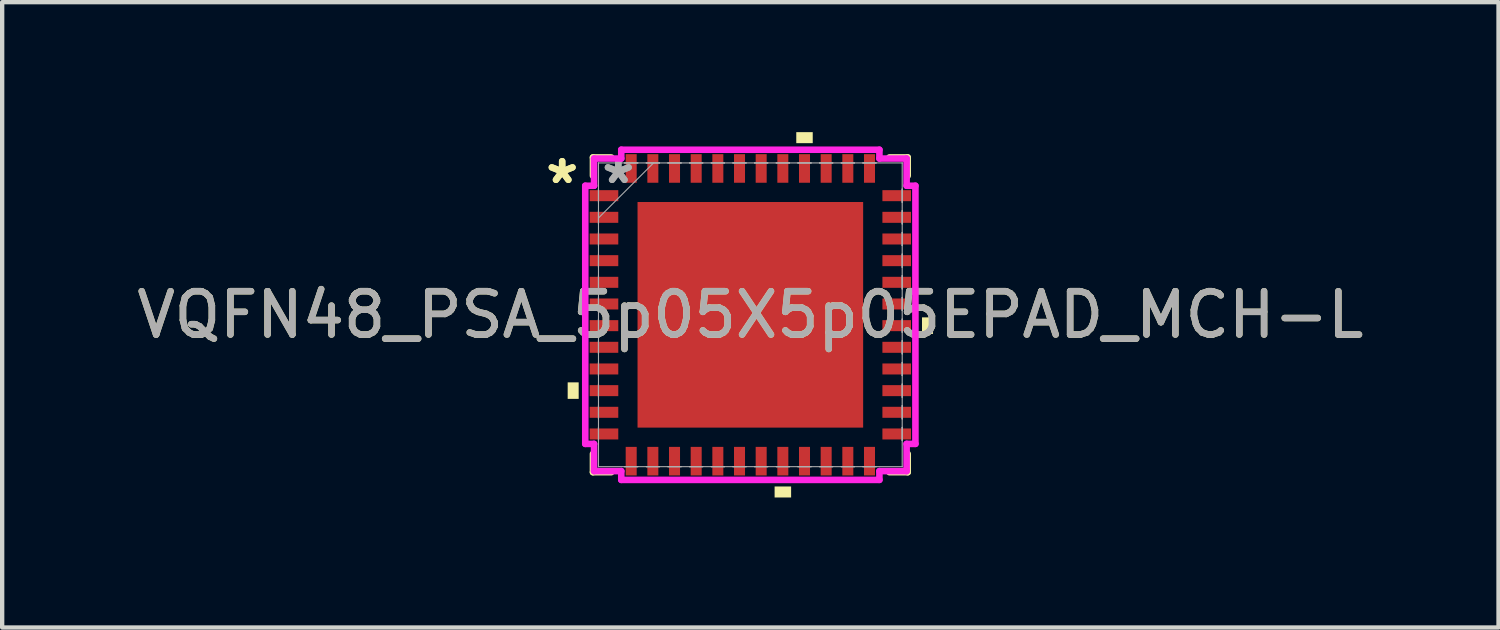
<source format=kicad_pcb>
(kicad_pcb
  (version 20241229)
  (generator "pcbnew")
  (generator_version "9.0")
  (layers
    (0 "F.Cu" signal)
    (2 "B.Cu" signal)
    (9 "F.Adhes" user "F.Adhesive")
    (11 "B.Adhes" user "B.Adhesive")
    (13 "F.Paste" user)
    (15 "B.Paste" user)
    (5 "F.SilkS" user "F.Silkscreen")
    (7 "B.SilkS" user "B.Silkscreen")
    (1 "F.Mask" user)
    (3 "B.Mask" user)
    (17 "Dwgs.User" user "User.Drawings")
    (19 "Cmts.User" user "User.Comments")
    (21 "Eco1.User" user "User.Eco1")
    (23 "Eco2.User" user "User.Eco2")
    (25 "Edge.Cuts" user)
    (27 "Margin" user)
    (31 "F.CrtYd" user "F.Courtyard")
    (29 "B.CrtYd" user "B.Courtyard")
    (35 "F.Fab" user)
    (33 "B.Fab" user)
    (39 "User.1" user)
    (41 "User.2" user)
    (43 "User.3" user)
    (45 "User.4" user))
  (footprint "VQFN48_PSA_5p05X5p05EPAD_MCH-L"
    (layer "F.Cu")
    (at 14.268 4.216)
    (property "Reference" "VQFN48_PSA_5p05X5p05EPAD_MCH-L" (at 0 0 0) (unlocked yes) (layer "F.SilkS") (effects (font (size 1 1) (thickness 0.15))))
    (attr smd)
    (fp_line (start -3.632 -3.632) (end -3.632 -3.21) (stroke (width 0.152) (type solid)) (layer "F.SilkS"))
    (fp_line (start -3.632 3.21) (end -3.632 3.632) (stroke (width 0.152) (type solid)) (layer "F.SilkS"))
    (fp_line (start -3.632 3.632) (end -3.21 3.632) (stroke (width 0.152) (type solid)) (layer "F.SilkS"))
    (fp_line (start -3.21 -3.632) (end -3.632 -3.632) (stroke (width 0.152) (type solid)) (layer "F.SilkS"))
    (fp_line (start 3.21 3.632) (end 3.632 3.632) (stroke (width 0.152) (type solid)) (layer "F.SilkS"))
    (fp_line (start 3.632 -3.632) (end 3.21 -3.632) (stroke (width 0.152) (type solid)) (layer "F.SilkS"))
    (fp_line (start 3.632 -3.21) (end 3.632 -3.632) (stroke (width 0.152) (type solid)) (layer "F.SilkS"))
    (fp_line (start 3.632 3.632) (end 3.632 3.21) (stroke (width 0.152) (type solid)) (layer "F.SilkS"))
    (fp_poly (pts (xy -4.216 1.559) (xy -4.216 1.94) (xy -3.962 1.94) (xy -3.962 1.559)) (stroke (width 0) (type solid)) (fill yes) (layer "F.SilkS"))
    (fp_poly (pts (xy 0.56 3.962) (xy 0.56 4.216) (xy 0.941 4.216) (xy 0.941 3.962)) (stroke (width 0) (type solid)) (fill yes) (layer "F.SilkS"))
    (fp_poly (pts (xy 1.06 -3.962) (xy 1.06 -4.216) (xy 1.44 -4.216) (xy 1.44 -3.962)) (stroke (width 0) (type solid)) (fill yes) (layer "F.SilkS"))
    (fp_poly (pts (xy 4.216 0.059) (xy 4.216 0.441) (xy 3.962 0.441) (xy 3.962 0.059)) (stroke (width 0) (type solid)) (fill yes) (layer "F.SilkS"))
    (fp_poly (pts (xy -2.503 -2.503) (xy -2.503 -1.402) (xy -1.402 -1.402) (xy -1.402 -2.503)) (stroke (width 0) (type solid)) (fill yes) (layer "F.Paste"))
    (fp_poly (pts (xy -2.503 -1.202) (xy -2.503 -0.1) (xy -1.402 -0.1) (xy -1.402 -1.202)) (stroke (width 0) (type solid)) (fill yes) (layer "F.Paste"))
    (fp_poly (pts (xy -2.503 0.1) (xy -2.503 1.202) (xy -1.402 1.202) (xy -1.402 0.1)) (stroke (width 0) (type solid)) (fill yes) (layer "F.Paste"))
    (fp_poly (pts (xy -2.503 1.402) (xy -2.503 2.503) (xy -1.402 2.503) (xy -1.402 1.402)) (stroke (width 0) (type solid)) (fill yes) (layer "F.Paste"))
    (fp_poly (pts (xy -1.202 -2.503) (xy -1.202 -1.402) (xy -0.1 -1.402) (xy -0.1 -2.503)) (stroke (width 0) (type solid)) (fill yes) (layer "F.Paste"))
    (fp_poly (pts (xy -1.202 -1.202) (xy -1.202 -0.1) (xy -0.1 -0.1) (xy -0.1 -1.202)) (stroke (width 0) (type solid)) (fill yes) (layer "F.Paste"))
    (fp_poly (pts (xy -1.202 0.1) (xy -1.202 1.202) (xy -0.1 1.202) (xy -0.1 0.1)) (stroke (width 0) (type solid)) (fill yes) (layer "F.Paste"))
    (fp_poly (pts (xy -1.202 1.402) (xy -1.202 2.503) (xy -0.1 2.503) (xy -0.1 1.402)) (stroke (width 0) (type solid)) (fill yes) (layer "F.Paste"))
    (fp_poly (pts (xy 0.1 -2.503) (xy 0.1 -1.402) (xy 1.202 -1.402) (xy 1.202 -2.503)) (stroke (width 0) (type solid)) (fill yes) (layer "F.Paste"))
    (fp_poly (pts (xy 0.1 -1.202) (xy 0.1 -0.1) (xy 1.202 -0.1) (xy 1.202 -1.202)) (stroke (width 0) (type solid)) (fill yes) (layer "F.Paste"))
    (fp_poly (pts (xy 0.1 0.1) (xy 0.1 1.202) (xy 1.202 1.202) (xy 1.202 0.1)) (stroke (width 0) (type solid)) (fill yes) (layer "F.Paste"))
    (fp_poly (pts (xy 0.1 1.402) (xy 0.1 2.503) (xy 1.202 2.503) (xy 1.202 1.402)) (stroke (width 0) (type solid)) (fill yes) (layer "F.Paste"))
    (fp_poly (pts (xy 1.402 -2.503) (xy 1.402 -1.402) (xy 2.503 -1.402) (xy 2.503 -2.503)) (stroke (width 0) (type solid)) (fill yes) (layer "F.Paste"))
    (fp_poly (pts (xy 1.402 -1.202) (xy 1.402 -0.1) (xy 2.503 -0.1) (xy 2.503 -1.202)) (stroke (width 0) (type solid)) (fill yes) (layer "F.Paste"))
    (fp_poly (pts (xy 1.402 0.1) (xy 1.402 1.202) (xy 2.503 1.202) (xy 2.503 0.1)) (stroke (width 0) (type solid)) (fill yes) (layer "F.Paste"))
    (fp_poly (pts (xy 1.402 1.402) (xy 1.402 2.503) (xy 2.503 2.503) (xy 2.503 1.402)) (stroke (width 0) (type solid)) (fill yes) (layer "F.Paste"))
    (fp_line (start -3.81 -2.979) (end -3.607 -2.979) (stroke (width 0.152) (type solid)) (layer "F.CrtYd"))
    (fp_line (start -3.81 2.979) (end -3.81 -2.979) (stroke (width 0.152) (type solid)) (layer "F.CrtYd"))
    (fp_line (start -3.607 -3.607) (end -2.979 -3.607) (stroke (width 0.152) (type solid)) (layer "F.CrtYd"))
    (fp_line (start -3.607 -2.979) (end -3.607 -3.607) (stroke (width 0.152) (type solid)) (layer "F.CrtYd"))
    (fp_line (start -3.607 2.979) (end -3.81 2.979) (stroke (width 0.152) (type solid)) (layer "F.CrtYd"))
    (fp_line (start -3.607 3.607) (end -3.607 2.979) (stroke (width 0.152) (type solid)) (layer "F.CrtYd"))
    (fp_line (start -2.979 -3.81) (end 2.979 -3.81) (stroke (width 0.152) (type solid)) (layer "F.CrtYd"))
    (fp_line (start -2.979 -3.607) (end -2.979 -3.81) (stroke (width 0.152) (type solid)) (layer "F.CrtYd"))
    (fp_line (start -2.979 3.607) (end -3.607 3.607) (stroke (width 0.152) (type solid)) (layer "F.CrtYd"))
    (fp_line (start -2.979 3.81) (end -2.979 3.607) (stroke (width 0.152) (type solid)) (layer "F.CrtYd"))
    (fp_line (start 2.979 -3.81) (end 2.979 -3.607) (stroke (width 0.152) (type solid)) (layer "F.CrtYd"))
    (fp_line (start 2.979 -3.607) (end 3.607 -3.607) (stroke (width 0.152) (type solid)) (layer "F.CrtYd"))
    (fp_line (start 2.979 3.607) (end 2.979 3.81) (stroke (width 0.152) (type solid)) (layer "F.CrtYd"))
    (fp_line (start 2.979 3.81) (end -2.979 3.81) (stroke (width 0.152) (type solid)) (layer "F.CrtYd"))
    (fp_line (start 3.607 -3.607) (end 3.607 -2.979) (stroke (width 0.152) (type solid)) (layer "F.CrtYd"))
    (fp_line (start 3.607 -2.979) (end 3.81 -2.979) (stroke (width 0.152) (type solid)) (layer "F.CrtYd"))
    (fp_line (start 3.607 2.979) (end 3.607 3.607) (stroke (width 0.152) (type solid)) (layer "F.CrtYd"))
    (fp_line (start 3.607 3.607) (end 2.979 3.607) (stroke (width 0.152) (type solid)) (layer "F.CrtYd"))
    (fp_line (start 3.81 -2.979) (end 3.81 2.979) (stroke (width 0.152) (type solid)) (layer "F.CrtYd"))
    (fp_line (start 3.81 2.979) (end 3.607 2.979) (stroke (width 0.152) (type solid)) (layer "F.CrtYd"))
    (fp_line (start -3.505 -3.505) (end -3.505 -3.505) (stroke (width 0.025) (type solid)) (layer "F.Fab"))
    (fp_line (start -3.505 -3.505) (end -3.505 3.505) (stroke (width 0.025) (type solid)) (layer "F.Fab"))
    (fp_line (start -3.505 -2.902) (end -3.505 -2.902) (stroke (width 0.025) (type solid)) (layer "F.Fab"))
    (fp_line (start -3.505 -2.902) (end -3.505 -2.598) (stroke (width 0.025) (type solid)) (layer "F.Fab"))
    (fp_line (start -3.505 -2.598) (end -3.505 -2.902) (stroke (width 0.025) (type solid)) (layer "F.Fab"))
    (fp_line (start -3.505 -2.598) (end -3.505 -2.598) (stroke (width 0.025) (type solid)) (layer "F.Fab"))
    (fp_line (start -3.505 -2.402) (end -3.505 -2.402) (stroke (width 0.025) (type solid)) (layer "F.Fab"))
    (fp_line (start -3.505 -2.402) (end -3.505 -2.098) (stroke (width 0.025) (type solid)) (layer "F.Fab"))
    (fp_line (start -3.505 -2.235) (end -2.235 -3.505) (stroke (width 0.025) (type solid)) (layer "F.Fab"))
    (fp_line (start -3.505 -2.098) (end -3.505 -2.402) (stroke (width 0.025) (type solid)) (layer "F.Fab"))
    (fp_line (start -3.505 -2.098) (end -3.505 -2.098) (stroke (width 0.025) (type solid)) (layer "F.Fab"))
    (fp_line (start -3.505 -1.902) (end -3.505 -1.902) (stroke (width 0.025) (type solid)) (layer "F.Fab"))
    (fp_line (start -3.505 -1.902) (end -3.505 -1.598) (stroke (width 0.025) (type solid)) (layer "F.Fab"))
    (fp_line (start -3.505 -1.598) (end -3.505 -1.902) (stroke (width 0.025) (type solid)) (layer "F.Fab"))
    (fp_line (start -3.505 -1.598) (end -3.505 -1.598) (stroke (width 0.025) (type solid)) (layer "F.Fab"))
    (fp_line (start -3.505 -1.402) (end -3.505 -1.402) (stroke (width 0.025) (type solid)) (layer "F.Fab"))
    (fp_line (start -3.505 -1.402) (end -3.505 -1.098) (stroke (width 0.025) (type solid)) (layer "F.Fab"))
    (fp_line (start -3.505 -1.098) (end -3.505 -1.402) (stroke (width 0.025) (type solid)) (layer "F.Fab"))
    (fp_line (start -3.505 -1.098) (end -3.505 -1.098) (stroke (width 0.025) (type solid)) (layer "F.Fab"))
    (fp_line (start -3.505 -0.902) (end -3.505 -0.902) (stroke (width 0.025) (type solid)) (layer "F.Fab"))
    (fp_line (start -3.505 -0.902) (end -3.505 -0.598) (stroke (width 0.025) (type solid)) (layer "F.Fab"))
    (fp_line (start -3.505 -0.598) (end -3.505 -0.902) (stroke (width 0.025) (type solid)) (layer "F.Fab"))
    (fp_line (start -3.505 -0.598) (end -3.505 -0.598) (stroke (width 0.025) (type solid)) (layer "F.Fab"))
    (fp_line (start -3.505 -0.402) (end -3.505 -0.402) (stroke (width 0.025) (type solid)) (layer "F.Fab"))
    (fp_line (start -3.505 -0.402) (end -3.505 -0.098) (stroke (width 0.025) (type solid)) (layer "F.Fab"))
    (fp_line (start -3.505 -0.098) (end -3.505 -0.402) (stroke (width 0.025) (type solid)) (layer "F.Fab"))
    (fp_line (start -3.505 -0.098) (end -3.505 -0.098) (stroke (width 0.025) (type solid)) (layer "F.Fab"))
    (fp_line (start -3.505 0.098) (end -3.505 0.098) (stroke (width 0.025) (type solid)) (layer "F.Fab"))
    (fp_line (start -3.505 0.098) (end -3.505 0.402) (stroke (width 0.025) (type solid)) (layer "F.Fab"))
    (fp_line (start -3.505 0.402) (end -3.505 0.098) (stroke (width 0.025) (type solid)) (layer "F.Fab"))
    (fp_line (start -3.505 0.402) (end -3.505 0.402) (stroke (width 0.025) (type solid)) (layer "F.Fab"))
    (fp_line (start -3.505 0.598) (end -3.505 0.598) (stroke (width 0.025) (type solid)) (layer "F.Fab"))
    (fp_line (start -3.505 0.598) (end -3.505 0.902) (stroke (width 0.025) (type solid)) (layer "F.Fab"))
    (fp_line (start -3.505 0.902) (end -3.505 0.598) (stroke (width 0.025) (type solid)) (layer "F.Fab"))
    (fp_line (start -3.505 0.902) (end -3.505 0.902) (stroke (width 0.025) (type solid)) (layer "F.Fab"))
    (fp_line (start -3.505 1.098) (end -3.505 1.098) (stroke (width 0.025) (type solid)) (layer "F.Fab"))
    (fp_line (start -3.505 1.098) (end -3.505 1.402) (stroke (width 0.025) (type solid)) (layer "F.Fab"))
    (fp_line (start -3.505 1.402) (end -3.505 1.098) (stroke (width 0.025) (type solid)) (layer "F.Fab"))
    (fp_line (start -3.505 1.402) (end -3.505 1.402) (stroke (width 0.025) (type solid)) (layer "F.Fab"))
    (fp_line (start -3.505 1.598) (end -3.505 1.598) (stroke (width 0.025) (type solid)) (layer "F.Fab"))
    (fp_line (start -3.505 1.598) (end -3.505 1.902) (stroke (width 0.025) (type solid)) (layer "F.Fab"))
    (fp_line (start -3.505 1.902) (end -3.505 1.598) (stroke (width 0.025) (type solid)) (layer "F.Fab"))
    (fp_line (start -3.505 1.902) (end -3.505 1.902) (stroke (width 0.025) (type solid)) (layer "F.Fab"))
    (fp_line (start -3.505 2.098) (end -3.505 2.098) (stroke (width 0.025) (type solid)) (layer "F.Fab"))
    (fp_line (start -3.505 2.098) (end -3.505 2.402) (stroke (width 0.025) (type solid)) (layer "F.Fab"))
    (fp_line (start -3.505 2.402) (end -3.505 2.098) (stroke (width 0.025) (type solid)) (layer "F.Fab"))
    (fp_line (start -3.505 2.402) (end -3.505 2.402) (stroke (width 0.025) (type solid)) (layer "F.Fab"))
    (fp_line (start -3.505 2.598) (end -3.505 2.598) (stroke (width 0.025) (type solid)) (layer "F.Fab"))
    (fp_line (start -3.505 2.598) (end -3.505 2.902) (stroke (width 0.025) (type solid)) (layer "F.Fab"))
    (fp_line (start -3.505 2.902) (end -3.505 2.598) (stroke (width 0.025) (type solid)) (layer "F.Fab"))
    (fp_line (start -3.505 2.902) (end -3.505 2.902) (stroke (width 0.025) (type solid)) (layer "F.Fab"))
    (fp_line (start -3.505 3.505) (end -3.505 3.505) (stroke (width 0.025) (type solid)) (layer "F.Fab"))
    (fp_line (start -3.505 3.505) (end 3.505 3.505) (stroke (width 0.025) (type solid)) (layer "F.Fab"))
    (fp_line (start -2.902 -3.505) (end -2.902 -3.505) (stroke (width 0.025) (type solid)) (layer "F.Fab"))
    (fp_line (start -2.902 -3.505) (end -2.598 -3.505) (stroke (width 0.025) (type solid)) (layer "F.Fab"))
    (fp_line (start -2.902 3.505) (end -2.902 3.505) (stroke (width 0.025) (type solid)) (layer "F.Fab"))
    (fp_line (start -2.902 3.505) (end -2.598 3.505) (stroke (width 0.025) (type solid)) (layer "F.Fab"))
    (fp_line (start -2.598 -3.505) (end -2.902 -3.505) (stroke (width 0.025) (type solid)) (layer "F.Fab"))
    (fp_line (start -2.598 -3.505) (end -2.598 -3.505) (stroke (width 0.025) (type solid)) (layer "F.Fab"))
    (fp_line (start -2.598 3.505) (end -2.902 3.505) (stroke (width 0.025) (type solid)) (layer "F.Fab"))
    (fp_line (start -2.598 3.505) (end -2.598 3.505) (stroke (width 0.025) (type solid)) (layer "F.Fab"))
    (fp_line (start -2.402 -3.505) (end -2.402 -3.505) (stroke (width 0.025) (type solid)) (layer "F.Fab"))
    (fp_line (start -2.402 -3.505) (end -2.098 -3.505) (stroke (width 0.025) (type solid)) (layer "F.Fab"))
    (fp_line (start -2.402 3.505) (end -2.402 3.505) (stroke (width 0.025) (type solid)) (layer "F.Fab"))
    (fp_line (start -2.402 3.505) (end -2.098 3.505) (stroke (width 0.025) (type solid)) (layer "F.Fab"))
    (fp_line (start -2.098 -3.505) (end -2.402 -3.505) (stroke (width 0.025) (type solid)) (layer "F.Fab"))
    (fp_line (start -2.098 -3.505) (end -2.098 -3.505) (stroke (width 0.025) (type solid)) (layer "F.Fab"))
    (fp_line (start -2.098 3.505) (end -2.402 3.505) (stroke (width 0.025) (type solid)) (layer "F.Fab"))
    (fp_line (start -2.098 3.505) (end -2.098 3.505) (stroke (width 0.025) (type solid)) (layer "F.Fab"))
    (fp_line (start -1.902 -3.505) (end -1.902 -3.505) (stroke (width 0.025) (type solid)) (layer "F.Fab"))
    (fp_line (start -1.902 -3.505) (end -1.598 -3.505) (stroke (width 0.025) (type solid)) (layer "F.Fab"))
    (fp_line (start -1.902 3.505) (end -1.902 3.505) (stroke (width 0.025) (type solid)) (layer "F.Fab"))
    (fp_line (start -1.902 3.505) (end -1.598 3.505) (stroke (width 0.025) (type solid)) (layer "F.Fab"))
    (fp_line (start -1.598 -3.505) (end -1.902 -3.505) (stroke (width 0.025) (type solid)) (layer "F.Fab"))
    (fp_line (start -1.598 -3.505) (end -1.598 -3.505) (stroke (width 0.025) (type solid)) (layer "F.Fab"))
    (fp_line (start -1.598 3.505) (end -1.902 3.505) (stroke (width 0.025) (type solid)) (layer "F.Fab"))
    (fp_line (start -1.598 3.505) (end -1.598 3.505) (stroke (width 0.025) (type solid)) (layer "F.Fab"))
    (fp_line (start -1.402 -3.505) (end -1.402 -3.505) (stroke (width 0.025) (type solid)) (layer "F.Fab"))
    (fp_line (start -1.402 -3.505) (end -1.098 -3.505) (stroke (width 0.025) (type solid)) (layer "F.Fab"))
    (fp_line (start -1.402 3.505) (end -1.402 3.505) (stroke (width 0.025) (type solid)) (layer "F.Fab"))
    (fp_line (start -1.402 3.505) (end -1.098 3.505) (stroke (width 0.025) (type solid)) (layer "F.Fab"))
    (fp_line (start -1.098 -3.505) (end -1.402 -3.505) (stroke (width 0.025) (type solid)) (layer "F.Fab"))
    (fp_line (start -1.098 -3.505) (end -1.098 -3.505) (stroke (width 0.025) (type solid)) (layer "F.Fab"))
    (fp_line (start -1.098 3.505) (end -1.402 3.505) (stroke (width 0.025) (type solid)) (layer "F.Fab"))
    (fp_line (start -1.098 3.505) (end -1.098 3.505) (stroke (width 0.025) (type solid)) (layer "F.Fab"))
    (fp_line (start -0.902 -3.505) (end -0.902 -3.505) (stroke (width 0.025) (type solid)) (layer "F.Fab"))
    (fp_line (start -0.902 -3.505) (end -0.598 -3.505) (stroke (width 0.025) (type solid)) (layer "F.Fab"))
    (fp_line (start -0.902 3.505) (end -0.902 3.505) (stroke (width 0.025) (type solid)) (layer "F.Fab"))
    (fp_line (start -0.902 3.505) (end -0.598 3.505) (stroke (width 0.025) (type solid)) (layer "F.Fab"))
    (fp_line (start -0.598 -3.505) (end -0.902 -3.505) (stroke (width 0.025) (type solid)) (layer "F.Fab"))
    (fp_line (start -0.598 -3.505) (end -0.598 -3.505) (stroke (width 0.025) (type solid)) (layer "F.Fab"))
    (fp_line (start -0.598 3.505) (end -0.902 3.505) (stroke (width 0.025) (type solid)) (layer "F.Fab"))
    (fp_line (start -0.598 3.505) (end -0.598 3.505) (stroke (width 0.025) (type solid)) (layer "F.Fab"))
    (fp_line (start -0.402 -3.505) (end -0.402 -3.505) (stroke (width 0.025) (type solid)) (layer "F.Fab"))
    (fp_line (start -0.402 -3.505) (end -0.098 -3.505) (stroke (width 0.025) (type solid)) (layer "F.Fab"))
    (fp_line (start -0.402 3.505) (end -0.402 3.505) (stroke (width 0.025) (type solid)) (layer "F.Fab"))
    (fp_line (start -0.402 3.505) (end -0.098 3.505) (stroke (width 0.025) (type solid)) (layer "F.Fab"))
    (fp_line (start -0.098 -3.505) (end -0.402 -3.505) (stroke (width 0.025) (type solid)) (layer "F.Fab"))
    (fp_line (start -0.098 -3.505) (end -0.098 -3.505) (stroke (width 0.025) (type solid)) (layer "F.Fab"))
    (fp_line (start -0.098 3.505) (end -0.402 3.505) (stroke (width 0.025) (type solid)) (layer "F.Fab"))
    (fp_line (start -0.098 3.505) (end -0.098 3.505) (stroke (width 0.025) (type solid)) (layer "F.Fab"))
    (fp_line (start 0.098 -3.505) (end 0.098 -3.505) (stroke (width 0.025) (type solid)) (layer "F.Fab"))
    (fp_line (start 0.098 -3.505) (end 0.402 -3.505) (stroke (width 0.025) (type solid)) (layer "F.Fab"))
    (fp_line (start 0.098 3.505) (end 0.098 3.505) (stroke (width 0.025) (type solid)) (layer "F.Fab"))
    (fp_line (start 0.098 3.505) (end 0.402 3.505) (stroke (width 0.025) (type solid)) (layer "F.Fab"))
    (fp_line (start 0.402 -3.505) (end 0.098 -3.505) (stroke (width 0.025) (type solid)) (layer "F.Fab"))
    (fp_line (start 0.402 -3.505) (end 0.402 -3.505) (stroke (width 0.025) (type solid)) (layer "F.Fab"))
    (fp_line (start 0.402 3.505) (end 0.098 3.505) (stroke (width 0.025) (type solid)) (layer "F.Fab"))
    (fp_line (start 0.402 3.505) (end 0.402 3.505) (stroke (width 0.025) (type solid)) (layer "F.Fab"))
    (fp_line (start 0.598 -3.505) (end 0.598 -3.505) (stroke (width 0.025) (type solid)) (layer "F.Fab"))
    (fp_line (start 0.598 -3.505) (end 0.902 -3.505) (stroke (width 0.025) (type solid)) (layer "F.Fab"))
    (fp_line (start 0.598 3.505) (end 0.598 3.505) (stroke (width 0.025) (type solid)) (layer "F.Fab"))
    (fp_line (start 0.598 3.505) (end 0.902 3.505) (stroke (width 0.025) (type solid)) (layer "F.Fab"))
    (fp_line (start 0.902 -3.505) (end 0.598 -3.505) (stroke (width 0.025) (type solid)) (layer "F.Fab"))
    (fp_line (start 0.902 -3.505) (end 0.902 -3.505) (stroke (width 0.025) (type solid)) (layer "F.Fab"))
    (fp_line (start 0.902 3.505) (end 0.598 3.505) (stroke (width 0.025) (type solid)) (layer "F.Fab"))
    (fp_line (start 0.902 3.505) (end 0.902 3.505) (stroke (width 0.025) (type solid)) (layer "F.Fab"))
    (fp_line (start 1.098 -3.505) (end 1.098 -3.505) (stroke (width 0.025) (type solid)) (layer "F.Fab"))
    (fp_line (start 1.098 -3.505) (end 1.402 -3.505) (stroke (width 0.025) (type solid)) (layer "F.Fab"))
    (fp_line (start 1.098 3.505) (end 1.098 3.505) (stroke (width 0.025) (type solid)) (layer "F.Fab"))
    (fp_line (start 1.098 3.505) (end 1.402 3.505) (stroke (width 0.025) (type solid)) (layer "F.Fab"))
    (fp_line (start 1.402 -3.505) (end 1.098 -3.505) (stroke (width 0.025) (type solid)) (layer "F.Fab"))
    (fp_line (start 1.402 -3.505) (end 1.402 -3.505) (stroke (width 0.025) (type solid)) (layer "F.Fab"))
    (fp_line (start 1.402 3.505) (end 1.098 3.505) (stroke (width 0.025) (type solid)) (layer "F.Fab"))
    (fp_line (start 1.402 3.505) (end 1.402 3.505) (stroke (width 0.025) (type solid)) (layer "F.Fab"))
    (fp_line (start 1.598 -3.505) (end 1.598 -3.505) (stroke (width 0.025) (type solid)) (layer "F.Fab"))
    (fp_line (start 1.598 -3.505) (end 1.902 -3.505) (stroke (width 0.025) (type solid)) (layer "F.Fab"))
    (fp_line (start 1.598 3.505) (end 1.598 3.505) (stroke (width 0.025) (type solid)) (layer "F.Fab"))
    (fp_line (start 1.598 3.505) (end 1.902 3.505) (stroke (width 0.025) (type solid)) (layer "F.Fab"))
    (fp_line (start 1.902 -3.505) (end 1.598 -3.505) (stroke (width 0.025) (type solid)) (layer "F.Fab"))
    (fp_line (start 1.902 -3.505) (end 1.902 -3.505) (stroke (width 0.025) (type solid)) (layer "F.Fab"))
    (fp_line (start 1.902 3.505) (end 1.598 3.505) (stroke (width 0.025) (type solid)) (layer "F.Fab"))
    (fp_line (start 1.902 3.505) (end 1.902 3.505) (stroke (width 0.025) (type solid)) (layer "F.Fab"))
    (fp_line (start 2.098 -3.505) (end 2.098 -3.505) (stroke (width 0.025) (type solid)) (layer "F.Fab"))
    (fp_line (start 2.098 -3.505) (end 2.402 -3.505) (stroke (width 0.025) (type solid)) (layer "F.Fab"))
    (fp_line (start 2.098 3.505) (end 2.098 3.505) (stroke (width 0.025) (type solid)) (layer "F.Fab"))
    (fp_line (start 2.098 3.505) (end 2.402 3.505) (stroke (width 0.025) (type solid)) (layer "F.Fab"))
    (fp_line (start 2.402 -3.505) (end 2.098 -3.505) (stroke (width 0.025) (type solid)) (layer "F.Fab"))
    (fp_line (start 2.402 -3.505) (end 2.402 -3.505) (stroke (width 0.025) (type solid)) (layer "F.Fab"))
    (fp_line (start 2.402 3.505) (end 2.098 3.505) (stroke (width 0.025) (type solid)) (layer "F.Fab"))
    (fp_line (start 2.402 3.505) (end 2.402 3.505) (stroke (width 0.025) (type solid)) (layer "F.Fab"))
    (fp_line (start 2.598 -3.505) (end 2.598 -3.505) (stroke (width 0.025) (type solid)) (layer "F.Fab"))
    (fp_line (start 2.598 -3.505) (end 2.902 -3.505) (stroke (width 0.025) (type solid)) (layer "F.Fab"))
    (fp_line (start 2.598 3.505) (end 2.598 3.505) (stroke (width 0.025) (type solid)) (layer "F.Fab"))
    (fp_line (start 2.598 3.505) (end 2.902 3.505) (stroke (width 0.025) (type solid)) (layer "F.Fab"))
    (fp_line (start 2.902 -3.505) (end 2.598 -3.505) (stroke (width 0.025) (type solid)) (layer "F.Fab"))
    (fp_line (start 2.902 -3.505) (end 2.902 -3.505) (stroke (width 0.025) (type solid)) (layer "F.Fab"))
    (fp_line (start 2.902 3.505) (end 2.598 3.505) (stroke (width 0.025) (type solid)) (layer "F.Fab"))
    (fp_line (start 2.902 3.505) (end 2.902 3.505) (stroke (width 0.025) (type solid)) (layer "F.Fab"))
    (fp_line (start 3.505 -3.505) (end -3.505 -3.505) (stroke (width 0.025) (type solid)) (layer "F.Fab"))
    (fp_line (start 3.505 -3.505) (end 3.505 -3.505) (stroke (width 0.025) (type solid)) (layer "F.Fab"))
    (fp_line (start 3.505 -2.902) (end 3.505 -2.902) (stroke (width 0.025) (type solid)) (layer "F.Fab"))
    (fp_line (start 3.505 -2.902) (end 3.505 -2.598) (stroke (width 0.025) (type solid)) (layer "F.Fab"))
    (fp_line (start 3.505 -2.598) (end 3.505 -2.902) (stroke (width 0.025) (type solid)) (layer "F.Fab"))
    (fp_line (start 3.505 -2.598) (end 3.505 -2.598) (stroke (width 0.025) (type solid)) (layer "F.Fab"))
    (fp_line (start 3.505 -2.402) (end 3.505 -2.402) (stroke (width 0.025) (type solid)) (layer "F.Fab"))
    (fp_line (start 3.505 -2.402) (end 3.505 -2.098) (stroke (width 0.025) (type solid)) (layer "F.Fab"))
    (fp_line (start 3.505 -2.098) (end 3.505 -2.402) (stroke (width 0.025) (type solid)) (layer "F.Fab"))
    (fp_line (start 3.505 -2.098) (end 3.505 -2.098) (stroke (width 0.025) (type solid)) (layer "F.Fab"))
    (fp_line (start 3.505 -1.902) (end 3.505 -1.902) (stroke (width 0.025) (type solid)) (layer "F.Fab"))
    (fp_line (start 3.505 -1.902) (end 3.505 -1.598) (stroke (width 0.025) (type solid)) (layer "F.Fab"))
    (fp_line (start 3.505 -1.598) (end 3.505 -1.902) (stroke (width 0.025) (type solid)) (layer "F.Fab"))
    (fp_line (start 3.505 -1.598) (end 3.505 -1.598) (stroke (width 0.025) (type solid)) (layer "F.Fab"))
    (fp_line (start 3.505 -1.402) (end 3.505 -1.402) (stroke (width 0.025) (type solid)) (layer "F.Fab"))
    (fp_line (start 3.505 -1.402) (end 3.505 -1.098) (stroke (width 0.025) (type solid)) (layer "F.Fab"))
    (fp_line (start 3.505 -1.098) (end 3.505 -1.402) (stroke (width 0.025) (type solid)) (layer "F.Fab"))
    (fp_line (start 3.505 -1.098) (end 3.505 -1.098) (stroke (width 0.025) (type solid)) (layer "F.Fab"))
    (fp_line (start 3.505 -0.902) (end 3.505 -0.902) (stroke (width 0.025) (type solid)) (layer "F.Fab"))
    (fp_line (start 3.505 -0.902) (end 3.505 -0.598) (stroke (width 0.025) (type solid)) (layer "F.Fab"))
    (fp_line (start 3.505 -0.598) (end 3.505 -0.902) (stroke (width 0.025) (type solid)) (layer "F.Fab"))
    (fp_line (start 3.505 -0.598) (end 3.505 -0.598) (stroke (width 0.025) (type solid)) (layer "F.Fab"))
    (fp_line (start 3.505 -0.402) (end 3.505 -0.402) (stroke (width 0.025) (type solid)) (layer "F.Fab"))
    (fp_line (start 3.505 -0.402) (end 3.505 -0.098) (stroke (width 0.025) (type solid)) (layer "F.Fab"))
    (fp_line (start 3.505 -0.098) (end 3.505 -0.402) (stroke (width 0.025) (type solid)) (layer "F.Fab"))
    (fp_line (start 3.505 -0.098) (end 3.505 -0.098) (stroke (width 0.025) (type solid)) (layer "F.Fab"))
    (fp_line (start 3.505 0.098) (end 3.505 0.098) (stroke (width 0.025) (type solid)) (layer "F.Fab"))
    (fp_line (start 3.505 0.098) (end 3.505 0.402) (stroke (width 0.025) (type solid)) (layer "F.Fab"))
    (fp_line (start 3.505 0.402) (end 3.505 0.098) (stroke (width 0.025) (type solid)) (layer "F.Fab"))
    (fp_line (start 3.505 0.402) (end 3.505 0.402) (stroke (width 0.025) (type solid)) (layer "F.Fab"))
    (fp_line (start 3.505 0.598) (end 3.505 0.598) (stroke (width 0.025) (type solid)) (layer "F.Fab"))
    (fp_line (start 3.505 0.598) (end 3.505 0.902) (stroke (width 0.025) (type solid)) (layer "F.Fab"))
    (fp_line (start 3.505 0.902) (end 3.505 0.598) (stroke (width 0.025) (type solid)) (layer "F.Fab"))
    (fp_line (start 3.505 0.902) (end 3.505 0.902) (stroke (width 0.025) (type solid)) (layer "F.Fab"))
    (fp_line (start 3.505 1.098) (end 3.505 1.098) (stroke (width 0.025) (type solid)) (layer "F.Fab"))
    (fp_line (start 3.505 1.098) (end 3.505 1.402) (stroke (width 0.025) (type solid)) (layer "F.Fab"))
    (fp_line (start 3.505 1.402) (end 3.505 1.098) (stroke (width 0.025) (type solid)) (layer "F.Fab"))
    (fp_line (start 3.505 1.402) (end 3.505 1.402) (stroke (width 0.025) (type solid)) (layer "F.Fab"))
    (fp_line (start 3.505 1.598) (end 3.505 1.598) (stroke (width 0.025) (type solid)) (layer "F.Fab"))
    (fp_line (start 3.505 1.598) (end 3.505 1.902) (stroke (width 0.025) (type solid)) (layer "F.Fab"))
    (fp_line (start 3.505 1.902) (end 3.505 1.598) (stroke (width 0.025) (type solid)) (layer "F.Fab"))
    (fp_line (start 3.505 1.902) (end 3.505 1.902) (stroke (width 0.025) (type solid)) (layer "F.Fab"))
    (fp_line (start 3.505 2.098) (end 3.505 2.098) (stroke (width 0.025) (type solid)) (layer "F.Fab"))
    (fp_line (start 3.505 2.098) (end 3.505 2.402) (stroke (width 0.025) (type solid)) (layer "F.Fab"))
    (fp_line (start 3.505 2.402) (end 3.505 2.098) (stroke (width 0.025) (type solid)) (layer "F.Fab"))
    (fp_line (start 3.505 2.402) (end 3.505 2.402) (stroke (width 0.025) (type solid)) (layer "F.Fab"))
    (fp_line (start 3.505 2.598) (end 3.505 2.598) (stroke (width 0.025) (type solid)) (layer "F.Fab"))
    (fp_line (start 3.505 2.598) (end 3.505 2.902) (stroke (width 0.025) (type solid)) (layer "F.Fab"))
    (fp_line (start 3.505 2.902) (end 3.505 2.598) (stroke (width 0.025) (type solid)) (layer "F.Fab"))
    (fp_line (start 3.505 2.902) (end 3.505 2.902) (stroke (width 0.025) (type solid)) (layer "F.Fab"))
    (fp_line (start 3.505 3.505) (end 3.505 -3.505) (stroke (width 0.025) (type solid)) (layer "F.Fab"))
    (fp_line (start 3.505 3.505) (end 3.505 3.505) (stroke (width 0.025) (type solid)) (layer "F.Fab"))
    (fp_text user "*" (at -4.343 -3 0) (layer "F.SilkS") (effects (font (size 1 1) (thickness 0.15))))
    (fp_text user "*" (at -4.343 -3 0) (unlocked yes) (layer "F.SilkS") (effects (font (size 1 1) (thickness 0.15))))
    (fp_text user "*" (at -3.048 -3 0) (unlocked yes) (layer "F.Fab") (effects (font (size 1 1) (thickness 0.15))))
    (fp_text user "${REFERENCE}" (at 0 0 0) (unlocked yes) (layer "F.Fab") (effects (font (size 1 1) (thickness 0.15))))
    (fp_text user "*" (at -3.048 -3 0) (layer "F.Fab") (effects (font (size 1 1) (thickness 0.15))))
    (pad "1" smd rect (at -3.378 -2.75 90) (size 0.254 0.66) (layers "F.Cu" "F.Mask" "F.Paste"))
    (pad "2" smd rect (at -3.378 -2.25 90) (size 0.254 0.66) (layers "F.Cu" "F.Mask" "F.Paste"))
    (pad "3" smd rect (at -3.378 -1.75 90) (size 0.254 0.66) (layers "F.Cu" "F.Mask" "F.Paste"))
    (pad "4" smd rect (at -3.378 -1.25 90) (size 0.254 0.66) (layers "F.Cu" "F.Mask" "F.Paste"))
    (pad "5" smd rect (at -3.378 -0.75 90) (size 0.254 0.66) (layers "F.Cu" "F.Mask" "F.Paste"))
    (pad "6" smd rect (at -3.378 -0.25 90) (size 0.254 0.66) (layers "F.Cu" "F.Mask" "F.Paste"))
    (pad "7" smd rect (at -3.378 0.25 90) (size 0.254 0.66) (layers "F.Cu" "F.Mask" "F.Paste"))
    (pad "8" smd rect (at -3.378 0.75 90) (size 0.254 0.66) (layers "F.Cu" "F.Mask" "F.Paste"))
    (pad "9" smd rect (at -3.378 1.25 90) (size 0.254 0.66) (layers "F.Cu" "F.Mask" "F.Paste"))
    (pad "10" smd rect (at -3.378 1.75 90) (size 0.254 0.66) (layers "F.Cu" "F.Mask" "F.Paste"))
    (pad "11" smd rect (at -3.378 2.25 90) (size 0.254 0.66) (layers "F.Cu" "F.Mask" "F.Paste"))
    (pad "12" smd rect (at -3.378 2.75 90) (size 0.254 0.66) (layers "F.Cu" "F.Mask" "F.Paste"))
    (pad "13" smd rect (at -2.75 3.378) (size 0.254 0.66) (layers "F.Cu" "F.Mask" "F.Paste"))
    (pad "14" smd rect (at -2.25 3.378) (size 0.254 0.66) (layers "F.Cu" "F.Mask" "F.Paste"))
    (pad "15" smd rect (at -1.75 3.378) (size 0.254 0.66) (layers "F.Cu" "F.Mask" "F.Paste"))
    (pad "16" smd rect (at -1.25 3.378) (size 0.254 0.66) (layers "F.Cu" "F.Mask" "F.Paste"))
    (pad "17" smd rect (at -0.75 3.378) (size 0.254 0.66) (layers "F.Cu" "F.Mask" "F.Paste"))
    (pad "18" smd rect (at -0.25 3.378) (size 0.254 0.66) (layers "F.Cu" "F.Mask" "F.Paste"))
    (pad "19" smd rect (at 0.25 3.378) (size 0.254 0.66) (layers "F.Cu" "F.Mask" "F.Paste"))
    (pad "20" smd rect (at 0.75 3.378) (size 0.254 0.66) (layers "F.Cu" "F.Mask" "F.Paste"))
    (pad "21" smd rect (at 1.25 3.378) (size 0.254 0.66) (layers "F.Cu" "F.Mask" "F.Paste"))
    (pad "22" smd rect (at 1.75 3.378) (size 0.254 0.66) (layers "F.Cu" "F.Mask" "F.Paste"))
    (pad "23" smd rect (at 2.25 3.378) (size 0.254 0.66) (layers "F.Cu" "F.Mask" "F.Paste"))
    (pad "24" smd rect (at 2.75 3.378) (size 0.254 0.66) (layers "F.Cu" "F.Mask" "F.Paste"))
    (pad "25" smd rect (at 3.378 2.75 90) (size 0.254 0.66) (layers "F.Cu" "F.Mask" "F.Paste"))
    (pad "26" smd rect (at 3.378 2.25 90) (size 0.254 0.66) (layers "F.Cu" "F.Mask" "F.Paste"))
    (pad "27" smd rect (at 3.378 1.75 90) (size 0.254 0.66) (layers "F.Cu" "F.Mask" "F.Paste"))
    (pad "28" smd rect (at 3.378 1.25 90) (size 0.254 0.66) (layers "F.Cu" "F.Mask" "F.Paste"))
    (pad "29" smd rect (at 3.378 0.75 90) (size 0.254 0.66) (layers "F.Cu" "F.Mask" "F.Paste"))
    (pad "30" smd rect (at 3.378 0.25 90) (size 0.254 0.66) (layers "F.Cu" "F.Mask" "F.Paste"))
    (pad "31" smd rect (at 3.378 -0.25 90) (size 0.254 0.66) (layers "F.Cu" "F.Mask" "F.Paste"))
    (pad "32" smd rect (at 3.378 -0.75 90) (size 0.254 0.66) (layers "F.Cu" "F.Mask" "F.Paste"))
    (pad "33" smd rect (at 3.378 -1.25 90) (size 0.254 0.66) (layers "F.Cu" "F.Mask" "F.Paste"))
    (pad "34" smd rect (at 3.378 -1.75 90) (size 0.254 0.66) (layers "F.Cu" "F.Mask" "F.Paste"))
    (pad "35" smd rect (at 3.378 -2.25 90) (size 0.254 0.66) (layers "F.Cu" "F.Mask" "F.Paste"))
    (pad "36" smd rect (at 3.378 -2.75 90) (size 0.254 0.66) (layers "F.Cu" "F.Mask" "F.Paste"))
    (pad "37" smd rect (at 2.75 -3.378) (size 0.254 0.66) (layers "F.Cu" "F.Mask" "F.Paste"))
    (pad "38" smd rect (at 2.25 -3.378) (size 0.254 0.66) (layers "F.Cu" "F.Mask" "F.Paste"))
    (pad "39" smd rect (at 1.75 -3.378) (size 0.254 0.66) (layers "F.Cu" "F.Mask" "F.Paste"))
    (pad "40" smd rect (at 1.25 -3.378) (size 0.254 0.66) (layers "F.Cu" "F.Mask" "F.Paste"))
    (pad "41" smd rect (at 0.75 -3.378) (size 0.254 0.66) (layers "F.Cu" "F.Mask" "F.Paste"))
    (pad "42" smd rect (at 0.25 -3.378) (size 0.254 0.66) (layers "F.Cu" "F.Mask" "F.Paste"))
    (pad "43" smd rect (at -0.25 -3.378) (size 0.254 0.66) (layers "F.Cu" "F.Mask" "F.Paste"))
    (pad "44" smd rect (at -0.75 -3.378) (size 0.254 0.66) (layers "F.Cu" "F.Mask" "F.Paste"))
    (pad "45" smd rect (at -1.25 -3.378) (size 0.254 0.66) (layers "F.Cu" "F.Mask" "F.Paste"))
    (pad "46" smd rect (at -1.75 -3.378) (size 0.254 0.66) (layers "F.Cu" "F.Mask" "F.Paste"))
    (pad "47" smd rect (at -2.25 -3.378) (size 0.254 0.66) (layers "F.Cu" "F.Mask" "F.Paste"))
    (pad "48" smd rect (at -2.75 -3.378) (size 0.254 0.66) (layers "F.Cu" "F.Mask" "F.Paste"))
    (pad "49" smd rect (at 0 0) (size 5.207 5.207) (layers "F.Cu" "F.Mask" "F.Paste")))
  (gr_rect
    (start -3 -3)
    (end 31.536 11.433)
    (stroke (width 0.1) (type default))
    (fill no)
    (layer "Edge.Cuts")))
</source>
